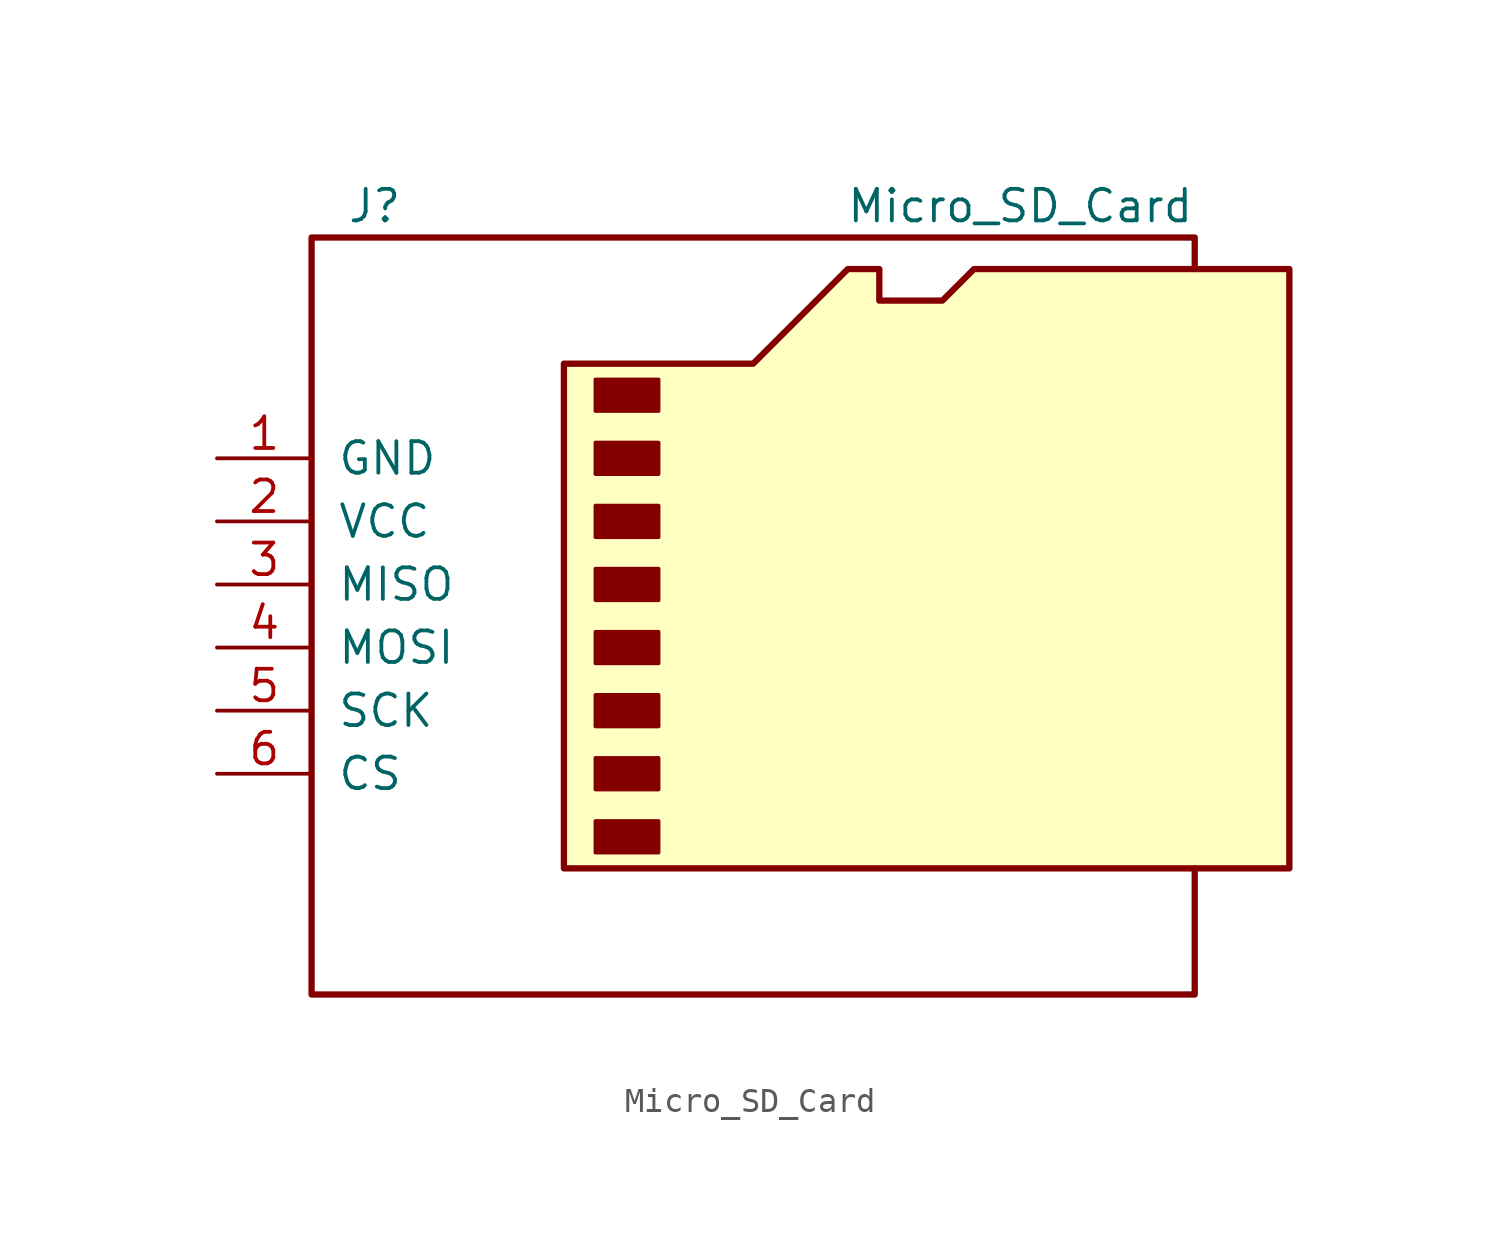
<source format=kicad_sym>
(kicad_symbol_lib
  (version 20211014)
  (generator kicad_symbol_editor)
  (symbol "Micro_SD_Card"
    (pin_names
      (offset 1.016))
    (property "Reference" "J"
      (at -16.51 15.24 0)
      (effects (font (size 1.27 1.27))))
    (property "Value" "Micro_SD_Card"
      (at 16.51 15.24 0)
      (effects (font (size 1.27 1.27)) (justify right)))
    (symbol "Micro_SD_Card_0_1"
      (rectangle (start -7.62 -9.525) (end -5.08 -10.795) (stroke (width 0) (type default) (color 0 0 0 0)) (fill (type outline)))
      (rectangle (start -7.62 -6.985) (end -5.08 -8.255) (stroke (width 0) (type default) (color 0 0 0 0)) (fill (type outline)))
      (rectangle (start -7.62 -4.445) (end -5.08 -5.715) (stroke (width 0) (type default) (color 0 0 0 0)) (fill (type outline)))
      (rectangle (start -7.62 -1.905) (end -5.08 -3.175) (stroke (width 0) (type default) (color 0 0 0 0)) (fill (type outline)))
      (rectangle (start -7.62 0.635) (end -5.08 -0.635) (stroke (width 0) (type default) (color 0 0 0 0)) (fill (type outline)))
      (rectangle (start -7.62 3.175) (end -5.08 1.905) (stroke (width 0) (type default) (color 0 0 0 0)) (fill (type outline)))
      (rectangle (start -7.62 5.715) (end -5.08 4.445) (stroke (width 0) (type default) (color 0 0 0 0)) (fill (type outline)))
      (rectangle (start -7.62 8.255) (end -5.08 6.985) (stroke (width 0) (type default) (color 0 0 0 0)) (fill (type outline)))
      (polyline (pts (xy 16.51 12.7) (xy 16.51 13.97) (xy -19.05 13.97) (xy -19.05 -16.51) (xy 16.51 -16.51) (xy 16.51 -11.43)) (stroke (width 0.254) (type default) (color 0 0 0 0)) (fill (type none)))
      (polyline (pts (xy -8.89 -11.43) (xy -8.89 8.89) (xy -1.27 8.89) (xy 2.54 12.7) (xy 3.81 12.7) (xy 3.81 11.43) (xy 6.35 11.43) (xy 7.62 12.7) (xy 20.32 12.7) (xy 20.32 -11.43) (xy -8.89 -11.43)) (stroke (width 0.254) (type default) (color 0 0 0 0)) (fill (type background))))
    (symbol "Micro_SD_Card_1_1"
      (pin bidirectional line (at -22.86 5.08 0) (length 3.81) (name "GND" (effects (font (size 1.27 1.27)))) (number "1" (effects (font (size 1.27 1.27)))))
      (pin bidirectional line (at -22.86 2.54 0) (length 3.81) (name "VCC" (effects (font (size 1.27 1.27)))) (number "2" (effects (font (size 1.27 1.27)))))
      (pin input line (at -22.86 0 0) (length 3.81) (name "MISO" (effects (font (size 1.27 1.27)))) (number "3" (effects (font (size 1.27 1.27)))))
      (pin power_in line (at -22.86 -2.54 0) (length 3.81) (name "MOSI" (effects (font (size 1.27 1.27)))) (number "4" (effects (font (size 1.27 1.27)))))
      (pin input line (at -22.86 -5.08 0) (length 3.81) (name "SCK" (effects (font (size 1.27 1.27)))) (number "5" (effects (font (size 1.27 1.27)))))
      (pin power_in line (at -22.86 -7.62 0) (length 3.81) (name "CS" (effects (font (size 1.27 1.27)))) (number "6" (effects (font (size 1.27 1.27))))))))
</source>
